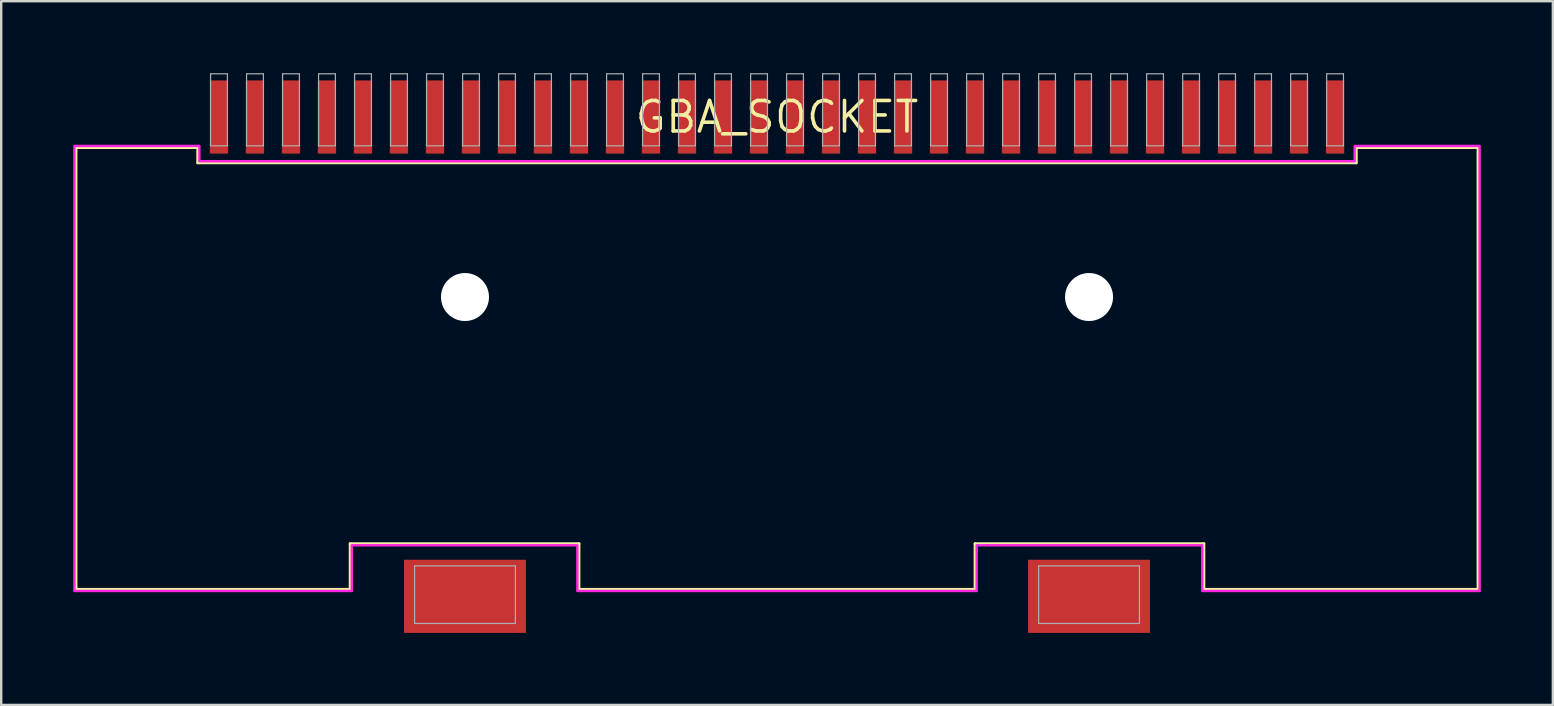
<source format=kicad_pcb>
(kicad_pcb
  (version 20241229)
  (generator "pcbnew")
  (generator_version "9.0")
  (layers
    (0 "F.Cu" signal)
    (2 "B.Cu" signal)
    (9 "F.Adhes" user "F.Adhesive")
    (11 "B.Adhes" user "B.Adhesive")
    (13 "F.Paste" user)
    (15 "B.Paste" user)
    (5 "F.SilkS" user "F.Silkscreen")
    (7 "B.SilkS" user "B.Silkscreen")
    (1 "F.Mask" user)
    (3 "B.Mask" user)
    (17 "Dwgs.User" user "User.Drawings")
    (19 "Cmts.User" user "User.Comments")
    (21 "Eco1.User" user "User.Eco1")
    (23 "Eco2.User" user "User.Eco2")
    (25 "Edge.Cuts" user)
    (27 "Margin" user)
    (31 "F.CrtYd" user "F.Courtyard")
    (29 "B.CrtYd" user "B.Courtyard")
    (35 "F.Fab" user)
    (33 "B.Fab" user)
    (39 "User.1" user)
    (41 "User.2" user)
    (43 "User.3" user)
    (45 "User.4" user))
  (footprint "GBA_SOCKET"
    (layer "F.Cu")
    (at 29.323 1.825)
    (property "Reference" "GBA_SOCKET" (at 0 0 0) (layer "F.SilkS") (effects (font (size 1.27 1.27) (thickness 0.15))))
    (fp_line (start -29.21 1.27) (end -29.21 19.685) (stroke (width 0.127) (type solid)) (layer "F.SilkS"))
    (fp_line (start -29.21 1.27) (end -24.13 1.27) (stroke (width 0.127) (type solid)) (layer "F.SilkS"))
    (fp_line (start -29.21 19.685) (end -17.78 19.685) (stroke (width 0.127) (type solid)) (layer "F.SilkS"))
    (fp_line (start -24.13 1.27) (end -24.13 1.905) (stroke (width 0.127) (type solid)) (layer "F.SilkS"))
    (fp_line (start -24.13 1.905) (end 24.13 1.905) (stroke (width 0.127) (type solid)) (layer "F.SilkS"))
    (fp_line (start -17.78 17.78) (end -8.255 17.78) (stroke (width 0.127) (type solid)) (layer "F.SilkS"))
    (fp_line (start -17.78 19.685) (end -17.78 17.78) (stroke (width 0.127) (type solid)) (layer "F.SilkS"))
    (fp_line (start -8.255 17.78) (end -8.255 19.685) (stroke (width 0.127) (type solid)) (layer "F.SilkS"))
    (fp_line (start -8.255 19.685) (end 8.255 19.685) (stroke (width 0.127) (type solid)) (layer "F.SilkS"))
    (fp_line (start 8.255 17.78) (end 17.78 17.78) (stroke (width 0.127) (type solid)) (layer "F.SilkS"))
    (fp_line (start 8.255 19.685) (end 8.255 17.78) (stroke (width 0.127) (type solid)) (layer "F.SilkS"))
    (fp_line (start 17.78 17.78) (end 17.78 19.685) (stroke (width 0.127) (type solid)) (layer "F.SilkS"))
    (fp_line (start 17.78 19.685) (end 29.21 19.685) (stroke (width 0.127) (type solid)) (layer "F.SilkS"))
    (fp_line (start 24.13 1.27) (end 29.21 1.27) (stroke (width 0.127) (type solid)) (layer "F.SilkS"))
    (fp_line (start 24.13 1.905) (end 24.13 1.27) (stroke (width 0.127) (type solid)) (layer "F.SilkS"))
    (fp_line (start 29.21 19.685) (end 29.21 1.27) (stroke (width 0.127) (type solid)) (layer "F.SilkS"))
    (fp_poly (pts (xy -24.067 1.841) (xy 24.067 1.841) (xy 24.067 1.206) (xy 29.273 1.206) (xy 29.273 19.748) (xy 17.716 19.748) (xy 17.716 17.843) (xy 8.319 17.843) (xy 8.319 19.748) (xy -8.319 19.748) (xy -8.319 17.843) (xy -17.716 17.843) (xy -17.716 19.748) (xy -29.273 19.748) (xy -29.273 1.206) (xy -24.067 1.206)) (stroke (width 0.1) (type default)) (fill no) (layer "F.CrtYd"))
    (fp_line (start -23.6 -1.8) (end -22.9 -1.8) (stroke (width 0.05) (type solid)) (layer "F.Fab"))
    (fp_line (start -23.6 1.2) (end -23.6 -1.8) (stroke (width 0.05) (type solid)) (layer "F.Fab"))
    (fp_line (start -22.9 -1.8) (end -22.9 1.2) (stroke (width 0.05) (type solid)) (layer "F.Fab"))
    (fp_line (start -22.9 1.2) (end -23.6 1.2) (stroke (width 0.05) (type solid)) (layer "F.Fab"))
    (fp_line (start -22.1 -1.8) (end -21.4 -1.8) (stroke (width 0.05) (type solid)) (layer "F.Fab"))
    (fp_line (start -22.1 1.2) (end -22.1 -1.8) (stroke (width 0.05) (type solid)) (layer "F.Fab"))
    (fp_line (start -21.4 -1.8) (end -21.4 1.2) (stroke (width 0.05) (type solid)) (layer "F.Fab"))
    (fp_line (start -21.4 1.2) (end -22.1 1.2) (stroke (width 0.05) (type solid)) (layer "F.Fab"))
    (fp_line (start -20.6 -1.8) (end -19.9 -1.8) (stroke (width 0.05) (type solid)) (layer "F.Fab"))
    (fp_line (start -20.6 1.2) (end -20.6 -1.8) (stroke (width 0.05) (type solid)) (layer "F.Fab"))
    (fp_line (start -19.9 -1.8) (end -19.9 1.2) (stroke (width 0.05) (type solid)) (layer "F.Fab"))
    (fp_line (start -19.9 1.2) (end -20.6 1.2) (stroke (width 0.05) (type solid)) (layer "F.Fab"))
    (fp_line (start -19.1 -1.8) (end -18.4 -1.8) (stroke (width 0.05) (type solid)) (layer "F.Fab"))
    (fp_line (start -19.1 1.2) (end -19.1 -1.8) (stroke (width 0.05) (type solid)) (layer "F.Fab"))
    (fp_line (start -18.4 -1.8) (end -18.4 1.2) (stroke (width 0.05) (type solid)) (layer "F.Fab"))
    (fp_line (start -18.4 1.2) (end -19.1 1.2) (stroke (width 0.05) (type solid)) (layer "F.Fab"))
    (fp_line (start -17.6 -1.8) (end -16.9 -1.8) (stroke (width 0.05) (type solid)) (layer "F.Fab"))
    (fp_line (start -17.6 1.2) (end -17.6 -1.8) (stroke (width 0.05) (type solid)) (layer "F.Fab"))
    (fp_line (start -16.9 -1.8) (end -16.9 1.2) (stroke (width 0.05) (type solid)) (layer "F.Fab"))
    (fp_line (start -16.9 1.2) (end -17.6 1.2) (stroke (width 0.05) (type solid)) (layer "F.Fab"))
    (fp_line (start -16.1 -1.8) (end -15.4 -1.8) (stroke (width 0.05) (type solid)) (layer "F.Fab"))
    (fp_line (start -16.1 1.2) (end -16.1 -1.8) (stroke (width 0.05) (type solid)) (layer "F.Fab"))
    (fp_line (start -15.4 -1.8) (end -15.4 1.2) (stroke (width 0.05) (type solid)) (layer "F.Fab"))
    (fp_line (start -15.4 1.2) (end -16.1 1.2) (stroke (width 0.05) (type solid)) (layer "F.Fab"))
    (fp_line (start -15.1 18.7) (end -10.9 18.7) (stroke (width 0.05) (type solid)) (layer "F.Fab"))
    (fp_line (start -15.1 21.1) (end -15.1 18.7) (stroke (width 0.05) (type solid)) (layer "F.Fab"))
    (fp_line (start -14.6 -1.8) (end -13.9 -1.8) (stroke (width 0.05) (type solid)) (layer "F.Fab"))
    (fp_line (start -14.6 1.2) (end -14.6 -1.8) (stroke (width 0.05) (type solid)) (layer "F.Fab"))
    (fp_line (start -13.9 -1.8) (end -13.9 1.2) (stroke (width 0.05) (type solid)) (layer "F.Fab"))
    (fp_line (start -13.9 1.2) (end -14.6 1.2) (stroke (width 0.05) (type solid)) (layer "F.Fab"))
    (fp_line (start -13.1 -1.8) (end -12.4 -1.8) (stroke (width 0.05) (type solid)) (layer "F.Fab"))
    (fp_line (start -13.1 1.2) (end -13.1 -1.8) (stroke (width 0.05) (type solid)) (layer "F.Fab"))
    (fp_line (start -12.4 -1.8) (end -12.4 1.2) (stroke (width 0.05) (type solid)) (layer "F.Fab"))
    (fp_line (start -12.4 1.2) (end -13.1 1.2) (stroke (width 0.05) (type solid)) (layer "F.Fab"))
    (fp_line (start -11.6 -1.8) (end -10.9 -1.8) (stroke (width 0.05) (type solid)) (layer "F.Fab"))
    (fp_line (start -11.6 1.2) (end -11.6 -1.8) (stroke (width 0.05) (type solid)) (layer "F.Fab"))
    (fp_line (start -10.9 -1.8) (end -10.9 1.2) (stroke (width 0.05) (type solid)) (layer "F.Fab"))
    (fp_line (start -10.9 1.2) (end -11.6 1.2) (stroke (width 0.05) (type solid)) (layer "F.Fab"))
    (fp_line (start -10.9 18.7) (end -10.9 21.1) (stroke (width 0.05) (type solid)) (layer "F.Fab"))
    (fp_line (start -10.9 21.1) (end -15.1 21.1) (stroke (width 0.05) (type solid)) (layer "F.Fab"))
    (fp_line (start -10.1 -1.8) (end -9.4 -1.8) (stroke (width 0.05) (type solid)) (layer "F.Fab"))
    (fp_line (start -10.1 1.2) (end -10.1 -1.8) (stroke (width 0.05) (type solid)) (layer "F.Fab"))
    (fp_line (start -9.4 -1.8) (end -9.4 1.2) (stroke (width 0.05) (type solid)) (layer "F.Fab"))
    (fp_line (start -9.4 1.2) (end -10.1 1.2) (stroke (width 0.05) (type solid)) (layer "F.Fab"))
    (fp_line (start -8.6 -1.8) (end -7.9 -1.8) (stroke (width 0.05) (type solid)) (layer "F.Fab"))
    (fp_line (start -8.6 1.2) (end -8.6 -1.8) (stroke (width 0.05) (type solid)) (layer "F.Fab"))
    (fp_line (start -7.9 -1.8) (end -7.9 1.2) (stroke (width 0.05) (type solid)) (layer "F.Fab"))
    (fp_line (start -7.9 1.2) (end -8.6 1.2) (stroke (width 0.05) (type solid)) (layer "F.Fab"))
    (fp_line (start -7.1 -1.8) (end -6.4 -1.8) (stroke (width 0.05) (type solid)) (layer "F.Fab"))
    (fp_line (start -7.1 1.2) (end -7.1 -1.8) (stroke (width 0.05) (type solid)) (layer "F.Fab"))
    (fp_line (start -6.4 -1.8) (end -6.4 1.2) (stroke (width 0.05) (type solid)) (layer "F.Fab"))
    (fp_line (start -6.4 1.2) (end -7.1 1.2) (stroke (width 0.05) (type solid)) (layer "F.Fab"))
    (fp_line (start -5.6 -1.8) (end -4.9 -1.8) (stroke (width 0.05) (type solid)) (layer "F.Fab"))
    (fp_line (start -5.6 1.2) (end -5.6 -1.8) (stroke (width 0.05) (type solid)) (layer "F.Fab"))
    (fp_line (start -4.9 -1.8) (end -4.9 1.2) (stroke (width 0.05) (type solid)) (layer "F.Fab"))
    (fp_line (start -4.9 1.2) (end -5.6 1.2) (stroke (width 0.05) (type solid)) (layer "F.Fab"))
    (fp_line (start -4.1 -1.8) (end -3.4 -1.8) (stroke (width 0.05) (type solid)) (layer "F.Fab"))
    (fp_line (start -4.1 1.2) (end -4.1 -1.8) (stroke (width 0.05) (type solid)) (layer "F.Fab"))
    (fp_line (start -3.4 -1.8) (end -3.4 1.2) (stroke (width 0.05) (type solid)) (layer "F.Fab"))
    (fp_line (start -3.4 1.2) (end -4.1 1.2) (stroke (width 0.05) (type solid)) (layer "F.Fab"))
    (fp_line (start -2.6 -1.8) (end -1.9 -1.8) (stroke (width 0.05) (type solid)) (layer "F.Fab"))
    (fp_line (start -2.6 1.2) (end -2.6 -1.8) (stroke (width 0.05) (type solid)) (layer "F.Fab"))
    (fp_line (start -1.9 -1.8) (end -1.9 1.2) (stroke (width 0.05) (type solid)) (layer "F.Fab"))
    (fp_line (start -1.9 1.2) (end -2.6 1.2) (stroke (width 0.05) (type solid)) (layer "F.Fab"))
    (fp_line (start -1.1 -1.8) (end -0.4 -1.8) (stroke (width 0.05) (type solid)) (layer "F.Fab"))
    (fp_line (start -1.1 1.2) (end -1.1 -1.8) (stroke (width 0.05) (type solid)) (layer "F.Fab"))
    (fp_line (start -0.4 -1.8) (end -0.4 1.2) (stroke (width 0.05) (type solid)) (layer "F.Fab"))
    (fp_line (start -0.4 1.2) (end -1.1 1.2) (stroke (width 0.05) (type solid)) (layer "F.Fab"))
    (fp_line (start 0.4 -1.8) (end 1.1 -1.8) (stroke (width 0.05) (type solid)) (layer "F.Fab"))
    (fp_line (start 0.4 1.2) (end 0.4 -1.8) (stroke (width 0.05) (type solid)) (layer "F.Fab"))
    (fp_line (start 1.1 -1.8) (end 1.1 1.2) (stroke (width 0.05) (type solid)) (layer "F.Fab"))
    (fp_line (start 1.1 1.2) (end 0.4 1.2) (stroke (width 0.05) (type solid)) (layer "F.Fab"))
    (fp_line (start 1.9 -1.8) (end 2.6 -1.8) (stroke (width 0.05) (type solid)) (layer "F.Fab"))
    (fp_line (start 1.9 1.2) (end 1.9 -1.8) (stroke (width 0.05) (type solid)) (layer "F.Fab"))
    (fp_line (start 2.6 -1.8) (end 2.6 1.2) (stroke (width 0.05) (type solid)) (layer "F.Fab"))
    (fp_line (start 2.6 1.2) (end 1.9 1.2) (stroke (width 0.05) (type solid)) (layer "F.Fab"))
    (fp_line (start 3.4 -1.8) (end 4.1 -1.8) (stroke (width 0.05) (type solid)) (layer "F.Fab"))
    (fp_line (start 3.4 1.2) (end 3.4 -1.8) (stroke (width 0.05) (type solid)) (layer "F.Fab"))
    (fp_line (start 4.1 -1.8) (end 4.1 1.2) (stroke (width 0.05) (type solid)) (layer "F.Fab"))
    (fp_line (start 4.1 1.2) (end 3.4 1.2) (stroke (width 0.05) (type solid)) (layer "F.Fab"))
    (fp_line (start 4.9 -1.8) (end 5.6 -1.8) (stroke (width 0.05) (type solid)) (layer "F.Fab"))
    (fp_line (start 4.9 1.2) (end 4.9 -1.8) (stroke (width 0.05) (type solid)) (layer "F.Fab"))
    (fp_line (start 5.6 -1.8) (end 5.6 1.2) (stroke (width 0.05) (type solid)) (layer "F.Fab"))
    (fp_line (start 5.6 1.2) (end 4.9 1.2) (stroke (width 0.05) (type solid)) (layer "F.Fab"))
    (fp_line (start 6.4 -1.8) (end 7.1 -1.8) (stroke (width 0.05) (type solid)) (layer "F.Fab"))
    (fp_line (start 6.4 1.2) (end 6.4 -1.8) (stroke (width 0.05) (type solid)) (layer "F.Fab"))
    (fp_line (start 7.1 -1.8) (end 7.1 1.2) (stroke (width 0.05) (type solid)) (layer "F.Fab"))
    (fp_line (start 7.1 1.2) (end 6.4 1.2) (stroke (width 0.05) (type solid)) (layer "F.Fab"))
    (fp_line (start 7.9 -1.8) (end 8.6 -1.8) (stroke (width 0.05) (type solid)) (layer "F.Fab"))
    (fp_line (start 7.9 1.2) (end 7.9 -1.8) (stroke (width 0.05) (type solid)) (layer "F.Fab"))
    (fp_line (start 8.6 -1.8) (end 8.6 1.2) (stroke (width 0.05) (type solid)) (layer "F.Fab"))
    (fp_line (start 8.6 1.2) (end 7.9 1.2) (stroke (width 0.05) (type solid)) (layer "F.Fab"))
    (fp_line (start 9.4 -1.8) (end 10.1 -1.8) (stroke (width 0.05) (type solid)) (layer "F.Fab"))
    (fp_line (start 9.4 1.2) (end 9.4 -1.8) (stroke (width 0.05) (type solid)) (layer "F.Fab"))
    (fp_line (start 10.1 -1.8) (end 10.1 1.2) (stroke (width 0.05) (type solid)) (layer "F.Fab"))
    (fp_line (start 10.1 1.2) (end 9.4 1.2) (stroke (width 0.05) (type solid)) (layer "F.Fab"))
    (fp_line (start 10.9 -1.8) (end 11.6 -1.8) (stroke (width 0.05) (type solid)) (layer "F.Fab"))
    (fp_line (start 10.9 1.2) (end 10.9 -1.8) (stroke (width 0.05) (type solid)) (layer "F.Fab"))
    (fp_line (start 10.9 18.7) (end 10.9 21.1) (stroke (width 0.05) (type solid)) (layer "F.Fab"))
    (fp_line (start 10.9 18.7) (end 15.1 18.7) (stroke (width 0.05) (type solid)) (layer "F.Fab"))
    (fp_line (start 10.9 21.1) (end 15.1 21.1) (stroke (width 0.05) (type solid)) (layer "F.Fab"))
    (fp_line (start 11.6 -1.8) (end 11.6 1.2) (stroke (width 0.05) (type solid)) (layer "F.Fab"))
    (fp_line (start 11.6 1.2) (end 10.9 1.2) (stroke (width 0.05) (type solid)) (layer "F.Fab"))
    (fp_line (start 12.4 -1.8) (end 13.1 -1.8) (stroke (width 0.05) (type solid)) (layer "F.Fab"))
    (fp_line (start 12.4 1.2) (end 12.4 -1.8) (stroke (width 0.05) (type solid)) (layer "F.Fab"))
    (fp_line (start 13.1 -1.8) (end 13.1 1.2) (stroke (width 0.05) (type solid)) (layer "F.Fab"))
    (fp_line (start 13.1 1.2) (end 12.4 1.2) (stroke (width 0.05) (type solid)) (layer "F.Fab"))
    (fp_line (start 13.9 -1.8) (end 14.6 -1.8) (stroke (width 0.05) (type solid)) (layer "F.Fab"))
    (fp_line (start 13.9 1.2) (end 13.9 -1.8) (stroke (width 0.05) (type solid)) (layer "F.Fab"))
    (fp_line (start 14.6 -1.8) (end 14.6 1.2) (stroke (width 0.05) (type solid)) (layer "F.Fab"))
    (fp_line (start 14.6 1.2) (end 13.9 1.2) (stroke (width 0.05) (type solid)) (layer "F.Fab"))
    (fp_line (start 15.1 21.1) (end 15.1 18.7) (stroke (width 0.05) (type solid)) (layer "F.Fab"))
    (fp_line (start 15.4 -1.8) (end 16.1 -1.8) (stroke (width 0.05) (type solid)) (layer "F.Fab"))
    (fp_line (start 15.4 1.2) (end 15.4 -1.8) (stroke (width 0.05) (type solid)) (layer "F.Fab"))
    (fp_line (start 16.1 -1.8) (end 16.1 1.2) (stroke (width 0.05) (type solid)) (layer "F.Fab"))
    (fp_line (start 16.1 1.2) (end 15.4 1.2) (stroke (width 0.05) (type solid)) (layer "F.Fab"))
    (fp_line (start 16.9 -1.8) (end 17.6 -1.8) (stroke (width 0.05) (type solid)) (layer "F.Fab"))
    (fp_line (start 16.9 1.2) (end 16.9 -1.8) (stroke (width 0.05) (type solid)) (layer "F.Fab"))
    (fp_line (start 17.6 -1.8) (end 17.6 1.2) (stroke (width 0.05) (type solid)) (layer "F.Fab"))
    (fp_line (start 17.6 1.2) (end 16.9 1.2) (stroke (width 0.05) (type solid)) (layer "F.Fab"))
    (fp_line (start 18.4 -1.8) (end 19.1 -1.8) (stroke (width 0.05) (type solid)) (layer "F.Fab"))
    (fp_line (start 18.4 1.2) (end 18.4 -1.8) (stroke (width 0.05) (type solid)) (layer "F.Fab"))
    (fp_line (start 19.1 -1.8) (end 19.1 1.2) (stroke (width 0.05) (type solid)) (layer "F.Fab"))
    (fp_line (start 19.1 1.2) (end 18.4 1.2) (stroke (width 0.05) (type solid)) (layer "F.Fab"))
    (fp_line (start 19.9 -1.8) (end 20.6 -1.8) (stroke (width 0.05) (type solid)) (layer "F.Fab"))
    (fp_line (start 19.9 1.2) (end 19.9 -1.8) (stroke (width 0.05) (type solid)) (layer "F.Fab"))
    (fp_line (start 20.6 -1.8) (end 20.6 1.2) (stroke (width 0.05) (type solid)) (layer "F.Fab"))
    (fp_line (start 20.6 1.2) (end 19.9 1.2) (stroke (width 0.05) (type solid)) (layer "F.Fab"))
    (fp_line (start 21.4 -1.8) (end 22.1 -1.8) (stroke (width 0.05) (type solid)) (layer "F.Fab"))
    (fp_line (start 21.4 1.2) (end 21.4 -1.8) (stroke (width 0.05) (type solid)) (layer "F.Fab"))
    (fp_line (start 22.1 -1.8) (end 22.1 1.2) (stroke (width 0.05) (type solid)) (layer "F.Fab"))
    (fp_line (start 22.1 1.2) (end 21.4 1.2) (stroke (width 0.05) (type solid)) (layer "F.Fab"))
    (fp_line (start 22.9 -1.8) (end 23.6 -1.8) (stroke (width 0.05) (type solid)) (layer "F.Fab"))
    (fp_line (start 22.9 1.2) (end 22.9 -1.8) (stroke (width 0.05) (type solid)) (layer "F.Fab"))
    (fp_line (start 23.6 -1.8) (end 23.6 1.2) (stroke (width 0.05) (type solid)) (layer "F.Fab"))
    (fp_line (start 23.6 1.2) (end 22.9 1.2) (stroke (width 0.05) (type solid)) (layer "F.Fab"))
    (pad "" np_thru_hole circle (at -13 7.5) (size 2 2) (drill 2) (layers "*.Cu" "*.Mask"))
    (pad "" np_thru_hole circle (at 13 7.5) (size 2 2) (drill 2) (layers "*.Cu" "*.Mask"))
    (pad "A16" smd rect (at -8.25 0 90) (size 3.048 0.762) (layers "F.Cu" "F.Mask" "F.Paste"))
    (pad "A17" smd rect (at -9.75 0 90) (size 3.048 0.762) (layers "F.Cu" "F.Mask" "F.Paste"))
    (pad "A18" smd rect (at -11.25 0 90) (size 3.048 0.762) (layers "F.Cu" "F.Mask" "F.Paste"))
    (pad "A19" smd rect (at -12.75 0 90) (size 3.048 0.762) (layers "F.Cu" "F.Mask" "F.Paste"))
    (pad "A20" smd rect (at -14.25 0 90) (size 3.048 0.762) (layers "F.Cu" "F.Mask" "F.Paste"))
    (pad "A21" smd rect (at -15.75 0 90) (size 3.048 0.762) (layers "F.Cu" "F.Mask" "F.Paste"))
    (pad "A22" smd rect (at -17.25 0 90) (size 3.048 0.762) (layers "F.Cu" "F.Mask" "F.Paste"))
    (pad "A23" smd rect (at -18.75 0 90) (size 3.048 0.762) (layers "F.Cu" "F.Mask" "F.Paste"))
    (pad "AD0" smd rect (at 15.75 0 90) (size 3.048 0.762) (layers "F.Cu" "F.Mask" "F.Paste"))
    (pad "AD1" smd rect (at 14.25 0 90) (size 3.048 0.762) (layers "F.Cu" "F.Mask" "F.Paste"))
    (pad "AD2" smd rect (at 12.75 0 90) (size 3.048 0.762) (layers "F.Cu" "F.Mask" "F.Paste"))
    (pad "AD3" smd rect (at 11.25 0 90) (size 3.048 0.762) (layers "F.Cu" "F.Mask" "F.Paste"))
    (pad "AD4" smd rect (at 9.75 0 90) (size 3.048 0.762) (layers "F.Cu" "F.Mask" "F.Paste"))
    (pad "AD5" smd rect (at 8.25 0 90) (size 3.048 0.762) (layers "F.Cu" "F.Mask" "F.Paste"))
    (pad "AD6" smd rect (at 6.75 0 90) (size 3.048 0.762) (layers "F.Cu" "F.Mask" "F.Paste"))
    (pad "AD7" smd rect (at 5.25 0 90) (size 3.048 0.762) (layers "F.Cu" "F.Mask" "F.Paste"))
    (pad "AD8" smd rect (at 3.75 0 90) (size 3.048 0.762) (layers "F.Cu" "F.Mask" "F.Paste"))
    (pad "AD9" smd rect (at 2.25 0 90) (size 3.048 0.762) (layers "F.Cu" "F.Mask" "F.Paste"))
    (pad "AD10" smd rect (at 0.75 0 90) (size 3.048 0.762) (layers "F.Cu" "F.Mask" "F.Paste"))
    (pad "AD11" smd rect (at -0.75 0 90) (size 3.048 0.762) (layers "F.Cu" "F.Mask" "F.Paste"))
    (pad "AD12" smd rect (at -2.25 0 90) (size 3.048 0.762) (layers "F.Cu" "F.Mask" "F.Paste"))
    (pad "AD13" smd rect (at -3.75 0 90) (size 3.048 0.762) (layers "F.Cu" "F.Mask" "F.Paste"))
    (pad "AD14" smd rect (at -5.25 0 90) (size 3.048 0.762) (layers "F.Cu" "F.Mask" "F.Paste"))
    (pad "AD15" smd rect (at -6.75 0 90) (size 3.048 0.762) (layers "F.Cu" "F.Mask" "F.Paste"))
    (pad "GND" smd rect (at -23.25 0 90) (size 3.048 0.762) (layers "F.Cu" "F.Mask" "F.Paste"))
    (pad "IRQ" smd rect (at -21.75 0 90) (size 3.048 0.762) (layers "F.Cu" "F.Mask" "F.Paste"))
    (pad "PHI" smd rect (at 21.75 0 90) (size 3.048 0.762) (layers "F.Cu" "F.Mask" "F.Paste"))
    (pad "SLD0" smd rect (at -13 19.97 180) (size 5.08 3.048) (layers "F.Cu" "F.Mask" "F.Paste"))
    (pad "SLD1" smd rect (at 13 19.97 180) (size 5.08 3.048) (layers "F.Cu" "F.Mask" "F.Paste"))
    (pad "VCC" smd rect (at 23.25 0 90) (size 3.048 0.762) (layers "F.Cu" "F.Mask" "F.Paste"))
    (pad "~CS" smd rect (at 17.25 0 90) (size 3.048 0.762) (layers "F.Cu" "F.Mask" "F.Paste"))
    (pad "~CS2" smd rect (at -20.25 0 90) (size 3.048 0.762) (layers "F.Cu" "F.Mask" "F.Paste"))
    (pad "~RD" smd rect (at 18.75 0 90) (size 3.048 0.762) (layers "F.Cu" "F.Mask" "F.Paste"))
    (pad "~WR" smd rect (at 20.25 0 90) (size 3.048 0.762) (layers "F.Cu" "F.Mask" "F.Paste")))
  (gr_rect
    (start -3 -3)
    (end 61.647 26.319)
    (stroke (width 0.1) (type default))
    (fill no)
    (layer "Edge.Cuts")))
</source>
